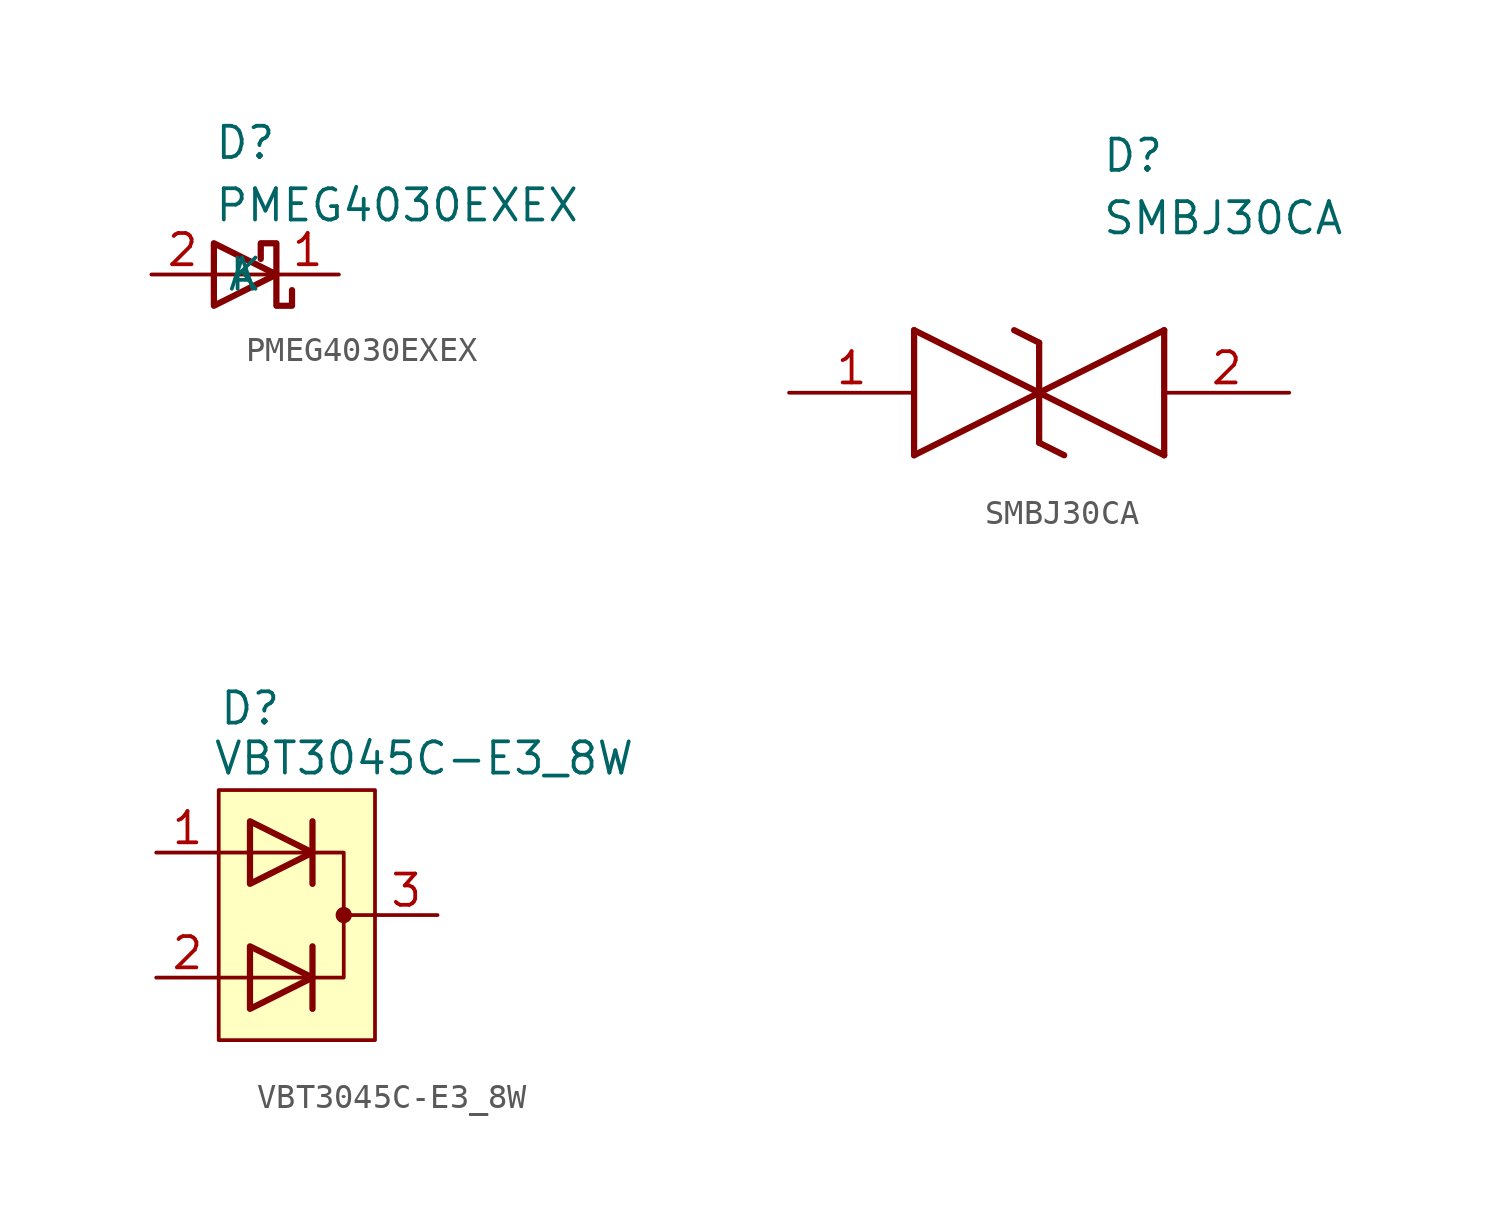
<source format=kicad_sym>
(kicad_symbol_lib
  (version 20231120)
  (generator "kicad_symbol_editor")
  (generator_version "8.0")
  (symbol "PMEG4030EXEX"
    (property "Reference" "D"
      (at 0 6.096 0)
      (effects (font (size 1.27 1.27)) (justify left top)))
    (property "Value" "PMEG4030EXEX"
      (at 0 3.556 0)
      (effects (font (size 1.27 1.27)) (justify left top)))
    (symbol "PMEG4030EXEX_0_1"
      (polyline (pts (xy 0 0) (xy 2.54 0)) (stroke (width 0) (type default)) (fill (type none)))
      (polyline (pts (xy 0 -1.27) (xy 0 1.27) (xy 2.54 0) (xy 0 -1.27)) (stroke (width 0.254) (type default)) (fill (type none)))
      (polyline (pts (xy 3.175 -0.635) (xy 3.175 -1.27) (xy 2.54 -1.27) (xy 2.54 1.27) (xy 1.905 1.27) (xy 1.905 0.635)) (stroke (width 0.254) (type default)) (fill (type none))))
    (symbol "PMEG4030EXEX_1_1"
      (pin passive line (at 5.08 0 180) (length 2.54) (name "K" (effects (font (size 1.27 1.27)))) (number "1" (effects (font (size 1.27 1.27)))))
      (pin passive line (at -2.54 0 0) (length 2.54) (name "A" (effects (font (size 1.27 1.27)))) (number "2" (effects (font (size 1.27 1.27)))))))
  (symbol "SMBJ30CA"
    (pin_names hide)
    (property "Reference" "D"
      (at 12.7 8.89 0)
      (effects (font (size 1.27 1.27)) (justify left bottom)))
    (property "Value" "SMBJ30CA"
      (at 12.7 6.35 0)
      (effects (font (size 1.27 1.27)) (justify left bottom)))
    (symbol "SMBJ30CA_1_1"
      (polyline (pts (xy 5.08 2.54) (xy 5.08 -2.54)) (stroke (width 0.254) (type default)) (fill (type none)))
      (polyline (pts (xy 5.08 2.54) (xy 10.16 0)) (stroke (width 0.254) (type default)) (fill (type none)))
      (polyline (pts (xy 9.144 2.54) (xy 10.16 2.032)) (stroke (width 0.254) (type default)) (fill (type none)))
      (polyline (pts (xy 10.16 -2.032) (xy 10.16 2.032)) (stroke (width 0.254) (type default)) (fill (type none)))
      (polyline (pts (xy 10.16 -2.032) (xy 11.176 -2.54)) (stroke (width 0.254) (type default)) (fill (type none)))
      (polyline (pts (xy 10.16 0) (xy 5.08 -2.54)) (stroke (width 0.254) (type default)) (fill (type none)))
      (polyline (pts (xy 10.16 0) (xy 15.24 -2.54)) (stroke (width 0.254) (type default)) (fill (type none)))
      (polyline (pts (xy 15.24 2.54) (xy 10.16 0)) (stroke (width 0.254) (type default)) (fill (type none)))
      (polyline (pts (xy 15.24 2.54) (xy 15.24 -2.54)) (stroke (width 0.254) (type default)) (fill (type none)))
      (pin passive line (at 0 0 0) (length 5.08) (name "1" (effects (font (size 1.27 1.27)))) (number "1" (effects (font (size 1.27 1.27)))))
      (pin passive line (at 20.32 0 180) (length 5.08) (name "2" (effects (font (size 1.27 1.27)))) (number "2" (effects (font (size 1.27 1.27)))))))
  (symbol "VBT3045C-E3_8W"
    (property "Reference" "D"
      (at 0 9.144 0)
      (effects (font (size 1.27 1.27)) (justify left top)))
    (property "Value" "VBT3045C-E3_8W"
      (at -0.254 7.112 0)
      (effects (font (size 1.27 1.27)) (justify left top)))
    (symbol "VBT3045C-E3_8W_0_0"
      (polyline (pts (xy 3.81 -1.27) (xy 3.81 -3.81)) (stroke (width 0.254) (type default)) (fill (type none)))
      (polyline (pts (xy 3.81 1.27) (xy 3.81 3.81)) (stroke (width 0.254) (type default)) (fill (type none))))
    (symbol "VBT3045C-E3_8W_0_1"
      (polyline (pts (xy 5.08 0) (xy 6.35 0)) (stroke (width 0) (type default)) (fill (type none)))
      (polyline (pts (xy 0 -2.54) (xy 5.08 -2.54) (xy 5.08 2.54) (xy 0 2.54)) (stroke (width 0) (type default)) (fill (type none)))
      (polyline (pts (xy 1.27 -1.27) (xy 3.81 -2.54) (xy 1.27 -3.81) (xy 1.27 -1.27) (xy 1.27 -1.27) (xy 1.27 -1.27)) (stroke (width 0.254) (type default)) (fill (type none)))
      (polyline (pts (xy 1.27 3.81) (xy 3.81 2.54) (xy 1.27 1.27) (xy 1.27 3.81) (xy 1.27 3.81) (xy 1.27 3.81)) (stroke (width 0.254) (type default)) (fill (type none)))
      (circle (center 5.08 0) (radius 0.254) (stroke (width 0) (type default)) (fill (type outline))))
    (symbol "VBT3045C-E3_8W_1_1"
      (rectangle (start 0 5.08) (end 6.35 -5.08) (stroke (width 0) (type default)) (fill (type background)))
      (pin passive line (at -2.54 2.54 0) (length 2.54) (name "" (effects (font (size 1.27 1.27)))) (number "1" (effects (font (size 1.27 1.27)))))
      (pin passive line (at -2.54 -2.54 0) (length 2.54) (name "" (effects (font (size 1.27 1.27)))) (number "2" (effects (font (size 1.27 1.27)))))
      (pin passive line (at 8.89 0 180) (length 2.54) (name "" (effects (font (size 1.27 1.27)))) (number "3" (effects (font (size 1.27 1.27))))))))
</source>
